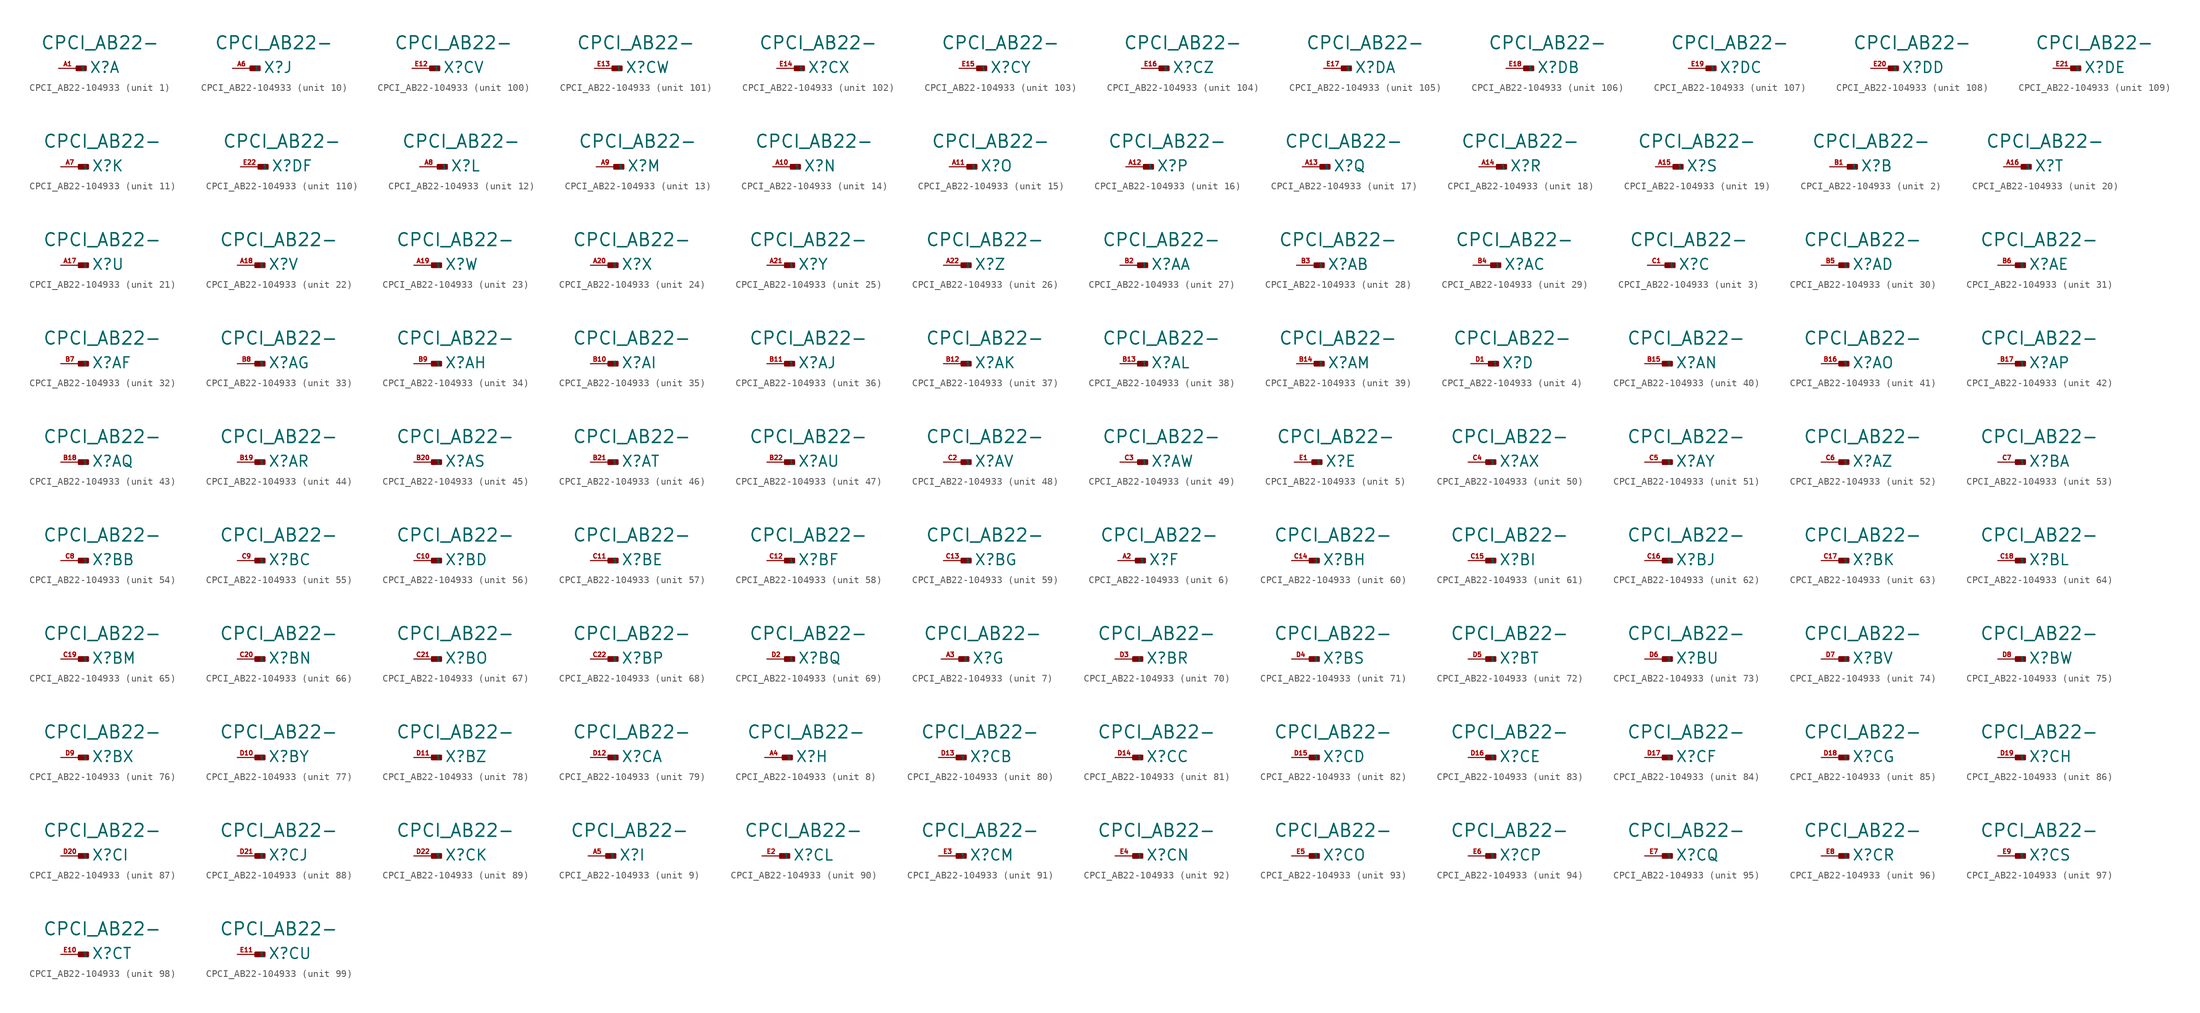
<source format=kicad_sym>
(kicad_symbol_lib
  (version 20220914)
  (generator Eagle2Kicad)
  (symbol "CPCI_AB22-104933"
    (property "Reference" "X"
      (at 1.778 -0.762 0)
      (effects (font (size 1.524 1.524) (thickness 0.19)) (justify left bottom)))
    (property "Value" "CPCI_AB22-"
      (at -5.08 2.54 0)
      (effects (font (size 1.778 1.778) (thickness 0.22)) (justify left bottom)))
    (symbol "CPCI_AB22-104933_1_0"
      (rectangle (start 0 -0.254) (end 1.27 0.254) (stroke (width 0.3) (type default)) (fill (type outline)))
      (pin input line (at -2.54 0 0) (length 2.54) (name "1" (effects (font (size 0.635 0.635) (thickness 0.08)) (justify left bottom))) (number "A1" (effects (font (size 0.635 0.635) (thickness 0.08)) (justify left bottom)))))
    (symbol "CPCI_AB22-104933_2_0"
      (rectangle (start 0 -0.254) (end 1.27 0.254) (stroke (width 0.3) (type default)) (fill (type outline)))
      (pin input line (at -2.54 0 0) (length 2.54) (name "1" (effects (font (size 0.635 0.635) (thickness 0.08)) (justify left bottom))) (number "B1" (effects (font (size 0.635 0.635) (thickness 0.08)) (justify left bottom)))))
    (symbol "CPCI_AB22-104933_3_0"
      (rectangle (start 0 -0.254) (end 1.27 0.254) (stroke (width 0.3) (type default)) (fill (type outline)))
      (pin input line (at -2.54 0 0) (length 2.54) (name "1" (effects (font (size 0.635 0.635) (thickness 0.08)) (justify left bottom))) (number "C1" (effects (font (size 0.635 0.635) (thickness 0.08)) (justify left bottom)))))
    (symbol "CPCI_AB22-104933_4_0"
      (rectangle (start 0 -0.254) (end 1.27 0.254) (stroke (width 0.3) (type default)) (fill (type outline)))
      (pin input line (at -2.54 0 0) (length 2.54) (name "1" (effects (font (size 0.635 0.635) (thickness 0.08)) (justify left bottom))) (number "D1" (effects (font (size 0.635 0.635) (thickness 0.08)) (justify left bottom)))))
    (symbol "CPCI_AB22-104933_5_0"
      (rectangle (start 0 -0.254) (end 1.27 0.254) (stroke (width 0.3) (type default)) (fill (type outline)))
      (pin input line (at -2.54 0 0) (length 2.54) (name "1" (effects (font (size 0.635 0.635) (thickness 0.08)) (justify left bottom))) (number "E1" (effects (font (size 0.635 0.635) (thickness 0.08)) (justify left bottom)))))
    (symbol "CPCI_AB22-104933_6_0"
      (rectangle (start 0 -0.254) (end 1.27 0.254) (stroke (width 0.3) (type default)) (fill (type outline)))
      (pin input line (at -2.54 0 0) (length 2.54) (name "1" (effects (font (size 0.635 0.635) (thickness 0.08)) (justify left bottom))) (number "A2" (effects (font (size 0.635 0.635) (thickness 0.08)) (justify left bottom)))))
    (symbol "CPCI_AB22-104933_7_0"
      (rectangle (start 0 -0.254) (end 1.27 0.254) (stroke (width 0.3) (type default)) (fill (type outline)))
      (pin input line (at -2.54 0 0) (length 2.54) (name "1" (effects (font (size 0.635 0.635) (thickness 0.08)) (justify left bottom))) (number "A3" (effects (font (size 0.635 0.635) (thickness 0.08)) (justify left bottom)))))
    (symbol "CPCI_AB22-104933_8_0"
      (rectangle (start 0 -0.254) (end 1.27 0.254) (stroke (width 0.3) (type default)) (fill (type outline)))
      (pin input line (at -2.54 0 0) (length 2.54) (name "1" (effects (font (size 0.635 0.635) (thickness 0.08)) (justify left bottom))) (number "A4" (effects (font (size 0.635 0.635) (thickness 0.08)) (justify left bottom)))))
    (symbol "CPCI_AB22-104933_9_0"
      (rectangle (start 0 -0.254) (end 1.27 0.254) (stroke (width 0.3) (type default)) (fill (type outline)))
      (pin input line (at -2.54 0 0) (length 2.54) (name "1" (effects (font (size 0.635 0.635) (thickness 0.08)) (justify left bottom))) (number "A5" (effects (font (size 0.635 0.635) (thickness 0.08)) (justify left bottom)))))
    (symbol "CPCI_AB22-104933_10_0"
      (rectangle (start 0 -0.254) (end 1.27 0.254) (stroke (width 0.3) (type default)) (fill (type outline)))
      (pin input line (at -2.54 0 0) (length 2.54) (name "1" (effects (font (size 0.635 0.635) (thickness 0.08)) (justify left bottom))) (number "A6" (effects (font (size 0.635 0.635) (thickness 0.08)) (justify left bottom)))))
    (symbol "CPCI_AB22-104933_11_0"
      (rectangle (start 0 -0.254) (end 1.27 0.254) (stroke (width 0.3) (type default)) (fill (type outline)))
      (pin input line (at -2.54 0 0) (length 2.54) (name "1" (effects (font (size 0.635 0.635) (thickness 0.08)) (justify left bottom))) (number "A7" (effects (font (size 0.635 0.635) (thickness 0.08)) (justify left bottom)))))
    (symbol "CPCI_AB22-104933_12_0"
      (rectangle (start 0 -0.254) (end 1.27 0.254) (stroke (width 0.3) (type default)) (fill (type outline)))
      (pin input line (at -2.54 0 0) (length 2.54) (name "1" (effects (font (size 0.635 0.635) (thickness 0.08)) (justify left bottom))) (number "A8" (effects (font (size 0.635 0.635) (thickness 0.08)) (justify left bottom)))))
    (symbol "CPCI_AB22-104933_13_0"
      (rectangle (start 0 -0.254) (end 1.27 0.254) (stroke (width 0.3) (type default)) (fill (type outline)))
      (pin input line (at -2.54 0 0) (length 2.54) (name "1" (effects (font (size 0.635 0.635) (thickness 0.08)) (justify left bottom))) (number "A9" (effects (font (size 0.635 0.635) (thickness 0.08)) (justify left bottom)))))
    (symbol "CPCI_AB22-104933_14_0"
      (rectangle (start 0 -0.254) (end 1.27 0.254) (stroke (width 0.3) (type default)) (fill (type outline)))
      (pin input line (at -2.54 0 0) (length 2.54) (name "1" (effects (font (size 0.635 0.635) (thickness 0.08)) (justify left bottom))) (number "A10" (effects (font (size 0.635 0.635) (thickness 0.08)) (justify left bottom)))))
    (symbol "CPCI_AB22-104933_15_0"
      (rectangle (start 0 -0.254) (end 1.27 0.254) (stroke (width 0.3) (type default)) (fill (type outline)))
      (pin input line (at -2.54 0 0) (length 2.54) (name "1" (effects (font (size 0.635 0.635) (thickness 0.08)) (justify left bottom))) (number "A11" (effects (font (size 0.635 0.635) (thickness 0.08)) (justify left bottom)))))
    (symbol "CPCI_AB22-104933_16_0"
      (rectangle (start 0 -0.254) (end 1.27 0.254) (stroke (width 0.3) (type default)) (fill (type outline)))
      (pin input line (at -2.54 0 0) (length 2.54) (name "1" (effects (font (size 0.635 0.635) (thickness 0.08)) (justify left bottom))) (number "A12" (effects (font (size 0.635 0.635) (thickness 0.08)) (justify left bottom)))))
    (symbol "CPCI_AB22-104933_17_0"
      (rectangle (start 0 -0.254) (end 1.27 0.254) (stroke (width 0.3) (type default)) (fill (type outline)))
      (pin input line (at -2.54 0 0) (length 2.54) (name "1" (effects (font (size 0.635 0.635) (thickness 0.08)) (justify left bottom))) (number "A13" (effects (font (size 0.635 0.635) (thickness 0.08)) (justify left bottom)))))
    (symbol "CPCI_AB22-104933_18_0"
      (rectangle (start 0 -0.254) (end 1.27 0.254) (stroke (width 0.3) (type default)) (fill (type outline)))
      (pin input line (at -2.54 0 0) (length 2.54) (name "1" (effects (font (size 0.635 0.635) (thickness 0.08)) (justify left bottom))) (number "A14" (effects (font (size 0.635 0.635) (thickness 0.08)) (justify left bottom)))))
    (symbol "CPCI_AB22-104933_19_0"
      (rectangle (start 0 -0.254) (end 1.27 0.254) (stroke (width 0.3) (type default)) (fill (type outline)))
      (pin input line (at -2.54 0 0) (length 2.54) (name "1" (effects (font (size 0.635 0.635) (thickness 0.08)) (justify left bottom))) (number "A15" (effects (font (size 0.635 0.635) (thickness 0.08)) (justify left bottom)))))
    (symbol "CPCI_AB22-104933_20_0"
      (rectangle (start 0 -0.254) (end 1.27 0.254) (stroke (width 0.3) (type default)) (fill (type outline)))
      (pin input line (at -2.54 0 0) (length 2.54) (name "1" (effects (font (size 0.635 0.635) (thickness 0.08)) (justify left bottom))) (number "A16" (effects (font (size 0.635 0.635) (thickness 0.08)) (justify left bottom)))))
    (symbol "CPCI_AB22-104933_21_0"
      (rectangle (start 0 -0.254) (end 1.27 0.254) (stroke (width 0.3) (type default)) (fill (type outline)))
      (pin input line (at -2.54 0 0) (length 2.54) (name "1" (effects (font (size 0.635 0.635) (thickness 0.08)) (justify left bottom))) (number "A17" (effects (font (size 0.635 0.635) (thickness 0.08)) (justify left bottom)))))
    (symbol "CPCI_AB22-104933_22_0"
      (rectangle (start 0 -0.254) (end 1.27 0.254) (stroke (width 0.3) (type default)) (fill (type outline)))
      (pin input line (at -2.54 0 0) (length 2.54) (name "1" (effects (font (size 0.635 0.635) (thickness 0.08)) (justify left bottom))) (number "A18" (effects (font (size 0.635 0.635) (thickness 0.08)) (justify left bottom)))))
    (symbol "CPCI_AB22-104933_23_0"
      (rectangle (start 0 -0.254) (end 1.27 0.254) (stroke (width 0.3) (type default)) (fill (type outline)))
      (pin input line (at -2.54 0 0) (length 2.54) (name "1" (effects (font (size 0.635 0.635) (thickness 0.08)) (justify left bottom))) (number "A19" (effects (font (size 0.635 0.635) (thickness 0.08)) (justify left bottom)))))
    (symbol "CPCI_AB22-104933_24_0"
      (rectangle (start 0 -0.254) (end 1.27 0.254) (stroke (width 0.3) (type default)) (fill (type outline)))
      (pin input line (at -2.54 0 0) (length 2.54) (name "1" (effects (font (size 0.635 0.635) (thickness 0.08)) (justify left bottom))) (number "A20" (effects (font (size 0.635 0.635) (thickness 0.08)) (justify left bottom)))))
    (symbol "CPCI_AB22-104933_25_0"
      (rectangle (start 0 -0.254) (end 1.27 0.254) (stroke (width 0.3) (type default)) (fill (type outline)))
      (pin input line (at -2.54 0 0) (length 2.54) (name "1" (effects (font (size 0.635 0.635) (thickness 0.08)) (justify left bottom))) (number "A21" (effects (font (size 0.635 0.635) (thickness 0.08)) (justify left bottom)))))
    (symbol "CPCI_AB22-104933_26_0"
      (rectangle (start 0 -0.254) (end 1.27 0.254) (stroke (width 0.3) (type default)) (fill (type outline)))
      (pin input line (at -2.54 0 0) (length 2.54) (name "1" (effects (font (size 0.635 0.635) (thickness 0.08)) (justify left bottom))) (number "A22" (effects (font (size 0.635 0.635) (thickness 0.08)) (justify left bottom)))))
    (symbol "CPCI_AB22-104933_27_0"
      (rectangle (start 0 -0.254) (end 1.27 0.254) (stroke (width 0.3) (type default)) (fill (type outline)))
      (pin input line (at -2.54 0 0) (length 2.54) (name "1" (effects (font (size 0.635 0.635) (thickness 0.08)) (justify left bottom))) (number "B2" (effects (font (size 0.635 0.635) (thickness 0.08)) (justify left bottom)))))
    (symbol "CPCI_AB22-104933_28_0"
      (rectangle (start 0 -0.254) (end 1.27 0.254) (stroke (width 0.3) (type default)) (fill (type outline)))
      (pin input line (at -2.54 0 0) (length 2.54) (name "1" (effects (font (size 0.635 0.635) (thickness 0.08)) (justify left bottom))) (number "B3" (effects (font (size 0.635 0.635) (thickness 0.08)) (justify left bottom)))))
    (symbol "CPCI_AB22-104933_29_0"
      (rectangle (start 0 -0.254) (end 1.27 0.254) (stroke (width 0.3) (type default)) (fill (type outline)))
      (pin input line (at -2.54 0 0) (length 2.54) (name "1" (effects (font (size 0.635 0.635) (thickness 0.08)) (justify left bottom))) (number "B4" (effects (font (size 0.635 0.635) (thickness 0.08)) (justify left bottom)))))
    (symbol "CPCI_AB22-104933_30_0"
      (rectangle (start 0 -0.254) (end 1.27 0.254) (stroke (width 0.3) (type default)) (fill (type outline)))
      (pin input line (at -2.54 0 0) (length 2.54) (name "1" (effects (font (size 0.635 0.635) (thickness 0.08)) (justify left bottom))) (number "B5" (effects (font (size 0.635 0.635) (thickness 0.08)) (justify left bottom)))))
    (symbol "CPCI_AB22-104933_31_0"
      (rectangle (start 0 -0.254) (end 1.27 0.254) (stroke (width 0.3) (type default)) (fill (type outline)))
      (pin input line (at -2.54 0 0) (length 2.54) (name "1" (effects (font (size 0.635 0.635) (thickness 0.08)) (justify left bottom))) (number "B6" (effects (font (size 0.635 0.635) (thickness 0.08)) (justify left bottom)))))
    (symbol "CPCI_AB22-104933_32_0"
      (rectangle (start 0 -0.254) (end 1.27 0.254) (stroke (width 0.3) (type default)) (fill (type outline)))
      (pin input line (at -2.54 0 0) (length 2.54) (name "1" (effects (font (size 0.635 0.635) (thickness 0.08)) (justify left bottom))) (number "B7" (effects (font (size 0.635 0.635) (thickness 0.08)) (justify left bottom)))))
    (symbol "CPCI_AB22-104933_33_0"
      (rectangle (start 0 -0.254) (end 1.27 0.254) (stroke (width 0.3) (type default)) (fill (type outline)))
      (pin input line (at -2.54 0 0) (length 2.54) (name "1" (effects (font (size 0.635 0.635) (thickness 0.08)) (justify left bottom))) (number "B8" (effects (font (size 0.635 0.635) (thickness 0.08)) (justify left bottom)))))
    (symbol "CPCI_AB22-104933_34_0"
      (rectangle (start 0 -0.254) (end 1.27 0.254) (stroke (width 0.3) (type default)) (fill (type outline)))
      (pin input line (at -2.54 0 0) (length 2.54) (name "1" (effects (font (size 0.635 0.635) (thickness 0.08)) (justify left bottom))) (number "B9" (effects (font (size 0.635 0.635) (thickness 0.08)) (justify left bottom)))))
    (symbol "CPCI_AB22-104933_35_0"
      (rectangle (start 0 -0.254) (end 1.27 0.254) (stroke (width 0.3) (type default)) (fill (type outline)))
      (pin input line (at -2.54 0 0) (length 2.54) (name "1" (effects (font (size 0.635 0.635) (thickness 0.08)) (justify left bottom))) (number "B10" (effects (font (size 0.635 0.635) (thickness 0.08)) (justify left bottom)))))
    (symbol "CPCI_AB22-104933_36_0"
      (rectangle (start 0 -0.254) (end 1.27 0.254) (stroke (width 0.3) (type default)) (fill (type outline)))
      (pin input line (at -2.54 0 0) (length 2.54) (name "1" (effects (font (size 0.635 0.635) (thickness 0.08)) (justify left bottom))) (number "B11" (effects (font (size 0.635 0.635) (thickness 0.08)) (justify left bottom)))))
    (symbol "CPCI_AB22-104933_37_0"
      (rectangle (start 0 -0.254) (end 1.27 0.254) (stroke (width 0.3) (type default)) (fill (type outline)))
      (pin input line (at -2.54 0 0) (length 2.54) (name "1" (effects (font (size 0.635 0.635) (thickness 0.08)) (justify left bottom))) (number "B12" (effects (font (size 0.635 0.635) (thickness 0.08)) (justify left bottom)))))
    (symbol "CPCI_AB22-104933_38_0"
      (rectangle (start 0 -0.254) (end 1.27 0.254) (stroke (width 0.3) (type default)) (fill (type outline)))
      (pin input line (at -2.54 0 0) (length 2.54) (name "1" (effects (font (size 0.635 0.635) (thickness 0.08)) (justify left bottom))) (number "B13" (effects (font (size 0.635 0.635) (thickness 0.08)) (justify left bottom)))))
    (symbol "CPCI_AB22-104933_39_0"
      (rectangle (start 0 -0.254) (end 1.27 0.254) (stroke (width 0.3) (type default)) (fill (type outline)))
      (pin input line (at -2.54 0 0) (length 2.54) (name "1" (effects (font (size 0.635 0.635) (thickness 0.08)) (justify left bottom))) (number "B14" (effects (font (size 0.635 0.635) (thickness 0.08)) (justify left bottom)))))
    (symbol "CPCI_AB22-104933_40_0"
      (rectangle (start 0 -0.254) (end 1.27 0.254) (stroke (width 0.3) (type default)) (fill (type outline)))
      (pin input line (at -2.54 0 0) (length 2.54) (name "1" (effects (font (size 0.635 0.635) (thickness 0.08)) (justify left bottom))) (number "B15" (effects (font (size 0.635 0.635) (thickness 0.08)) (justify left bottom)))))
    (symbol "CPCI_AB22-104933_41_0"
      (rectangle (start 0 -0.254) (end 1.27 0.254) (stroke (width 0.3) (type default)) (fill (type outline)))
      (pin input line (at -2.54 0 0) (length 2.54) (name "1" (effects (font (size 0.635 0.635) (thickness 0.08)) (justify left bottom))) (number "B16" (effects (font (size 0.635 0.635) (thickness 0.08)) (justify left bottom)))))
    (symbol "CPCI_AB22-104933_42_0"
      (rectangle (start 0 -0.254) (end 1.27 0.254) (stroke (width 0.3) (type default)) (fill (type outline)))
      (pin input line (at -2.54 0 0) (length 2.54) (name "1" (effects (font (size 0.635 0.635) (thickness 0.08)) (justify left bottom))) (number "B17" (effects (font (size 0.635 0.635) (thickness 0.08)) (justify left bottom)))))
    (symbol "CPCI_AB22-104933_43_0"
      (rectangle (start 0 -0.254) (end 1.27 0.254) (stroke (width 0.3) (type default)) (fill (type outline)))
      (pin input line (at -2.54 0 0) (length 2.54) (name "1" (effects (font (size 0.635 0.635) (thickness 0.08)) (justify left bottom))) (number "B18" (effects (font (size 0.635 0.635) (thickness 0.08)) (justify left bottom)))))
    (symbol "CPCI_AB22-104933_44_0"
      (rectangle (start 0 -0.254) (end 1.27 0.254) (stroke (width 0.3) (type default)) (fill (type outline)))
      (pin input line (at -2.54 0 0) (length 2.54) (name "1" (effects (font (size 0.635 0.635) (thickness 0.08)) (justify left bottom))) (number "B19" (effects (font (size 0.635 0.635) (thickness 0.08)) (justify left bottom)))))
    (symbol "CPCI_AB22-104933_45_0"
      (rectangle (start 0 -0.254) (end 1.27 0.254) (stroke (width 0.3) (type default)) (fill (type outline)))
      (pin input line (at -2.54 0 0) (length 2.54) (name "1" (effects (font (size 0.635 0.635) (thickness 0.08)) (justify left bottom))) (number "B20" (effects (font (size 0.635 0.635) (thickness 0.08)) (justify left bottom)))))
    (symbol "CPCI_AB22-104933_46_0"
      (rectangle (start 0 -0.254) (end 1.27 0.254) (stroke (width 0.3) (type default)) (fill (type outline)))
      (pin input line (at -2.54 0 0) (length 2.54) (name "1" (effects (font (size 0.635 0.635) (thickness 0.08)) (justify left bottom))) (number "B21" (effects (font (size 0.635 0.635) (thickness 0.08)) (justify left bottom)))))
    (symbol "CPCI_AB22-104933_47_0"
      (rectangle (start 0 -0.254) (end 1.27 0.254) (stroke (width 0.3) (type default)) (fill (type outline)))
      (pin input line (at -2.54 0 0) (length 2.54) (name "1" (effects (font (size 0.635 0.635) (thickness 0.08)) (justify left bottom))) (number "B22" (effects (font (size 0.635 0.635) (thickness 0.08)) (justify left bottom)))))
    (symbol "CPCI_AB22-104933_48_0"
      (rectangle (start 0 -0.254) (end 1.27 0.254) (stroke (width 0.3) (type default)) (fill (type outline)))
      (pin input line (at -2.54 0 0) (length 2.54) (name "1" (effects (font (size 0.635 0.635) (thickness 0.08)) (justify left bottom))) (number "C2" (effects (font (size 0.635 0.635) (thickness 0.08)) (justify left bottom)))))
    (symbol "CPCI_AB22-104933_49_0"
      (rectangle (start 0 -0.254) (end 1.27 0.254) (stroke (width 0.3) (type default)) (fill (type outline)))
      (pin input line (at -2.54 0 0) (length 2.54) (name "1" (effects (font (size 0.635 0.635) (thickness 0.08)) (justify left bottom))) (number "C3" (effects (font (size 0.635 0.635) (thickness 0.08)) (justify left bottom)))))
    (symbol "CPCI_AB22-104933_50_0"
      (rectangle (start 0 -0.254) (end 1.27 0.254) (stroke (width 0.3) (type default)) (fill (type outline)))
      (pin input line (at -2.54 0 0) (length 2.54) (name "1" (effects (font (size 0.635 0.635) (thickness 0.08)) (justify left bottom))) (number "C4" (effects (font (size 0.635 0.635) (thickness 0.08)) (justify left bottom)))))
    (symbol "CPCI_AB22-104933_51_0"
      (rectangle (start 0 -0.254) (end 1.27 0.254) (stroke (width 0.3) (type default)) (fill (type outline)))
      (pin input line (at -2.54 0 0) (length 2.54) (name "1" (effects (font (size 0.635 0.635) (thickness 0.08)) (justify left bottom))) (number "C5" (effects (font (size 0.635 0.635) (thickness 0.08)) (justify left bottom)))))
    (symbol "CPCI_AB22-104933_52_0"
      (rectangle (start 0 -0.254) (end 1.27 0.254) (stroke (width 0.3) (type default)) (fill (type outline)))
      (pin input line (at -2.54 0 0) (length 2.54) (name "1" (effects (font (size 0.635 0.635) (thickness 0.08)) (justify left bottom))) (number "C6" (effects (font (size 0.635 0.635) (thickness 0.08)) (justify left bottom)))))
    (symbol "CPCI_AB22-104933_53_0"
      (rectangle (start 0 -0.254) (end 1.27 0.254) (stroke (width 0.3) (type default)) (fill (type outline)))
      (pin input line (at -2.54 0 0) (length 2.54) (name "1" (effects (font (size 0.635 0.635) (thickness 0.08)) (justify left bottom))) (number "C7" (effects (font (size 0.635 0.635) (thickness 0.08)) (justify left bottom)))))
    (symbol "CPCI_AB22-104933_54_0"
      (rectangle (start 0 -0.254) (end 1.27 0.254) (stroke (width 0.3) (type default)) (fill (type outline)))
      (pin input line (at -2.54 0 0) (length 2.54) (name "1" (effects (font (size 0.635 0.635) (thickness 0.08)) (justify left bottom))) (number "C8" (effects (font (size 0.635 0.635) (thickness 0.08)) (justify left bottom)))))
    (symbol "CPCI_AB22-104933_55_0"
      (rectangle (start 0 -0.254) (end 1.27 0.254) (stroke (width 0.3) (type default)) (fill (type outline)))
      (pin input line (at -2.54 0 0) (length 2.54) (name "1" (effects (font (size 0.635 0.635) (thickness 0.08)) (justify left bottom))) (number "C9" (effects (font (size 0.635 0.635) (thickness 0.08)) (justify left bottom)))))
    (symbol "CPCI_AB22-104933_56_0"
      (rectangle (start 0 -0.254) (end 1.27 0.254) (stroke (width 0.3) (type default)) (fill (type outline)))
      (pin input line (at -2.54 0 0) (length 2.54) (name "1" (effects (font (size 0.635 0.635) (thickness 0.08)) (justify left bottom))) (number "C10" (effects (font (size 0.635 0.635) (thickness 0.08)) (justify left bottom)))))
    (symbol "CPCI_AB22-104933_57_0"
      (rectangle (start 0 -0.254) (end 1.27 0.254) (stroke (width 0.3) (type default)) (fill (type outline)))
      (pin input line (at -2.54 0 0) (length 2.54) (name "1" (effects (font (size 0.635 0.635) (thickness 0.08)) (justify left bottom))) (number "C11" (effects (font (size 0.635 0.635) (thickness 0.08)) (justify left bottom)))))
    (symbol "CPCI_AB22-104933_58_0"
      (rectangle (start 0 -0.254) (end 1.27 0.254) (stroke (width 0.3) (type default)) (fill (type outline)))
      (pin input line (at -2.54 0 0) (length 2.54) (name "1" (effects (font (size 0.635 0.635) (thickness 0.08)) (justify left bottom))) (number "C12" (effects (font (size 0.635 0.635) (thickness 0.08)) (justify left bottom)))))
    (symbol "CPCI_AB22-104933_59_0"
      (rectangle (start 0 -0.254) (end 1.27 0.254) (stroke (width 0.3) (type default)) (fill (type outline)))
      (pin input line (at -2.54 0 0) (length 2.54) (name "1" (effects (font (size 0.635 0.635) (thickness 0.08)) (justify left bottom))) (number "C13" (effects (font (size 0.635 0.635) (thickness 0.08)) (justify left bottom)))))
    (symbol "CPCI_AB22-104933_60_0"
      (rectangle (start 0 -0.254) (end 1.27 0.254) (stroke (width 0.3) (type default)) (fill (type outline)))
      (pin input line (at -2.54 0 0) (length 2.54) (name "1" (effects (font (size 0.635 0.635) (thickness 0.08)) (justify left bottom))) (number "C14" (effects (font (size 0.635 0.635) (thickness 0.08)) (justify left bottom)))))
    (symbol "CPCI_AB22-104933_61_0"
      (rectangle (start 0 -0.254) (end 1.27 0.254) (stroke (width 0.3) (type default)) (fill (type outline)))
      (pin input line (at -2.54 0 0) (length 2.54) (name "1" (effects (font (size 0.635 0.635) (thickness 0.08)) (justify left bottom))) (number "C15" (effects (font (size 0.635 0.635) (thickness 0.08)) (justify left bottom)))))
    (symbol "CPCI_AB22-104933_62_0"
      (rectangle (start 0 -0.254) (end 1.27 0.254) (stroke (width 0.3) (type default)) (fill (type outline)))
      (pin input line (at -2.54 0 0) (length 2.54) (name "1" (effects (font (size 0.635 0.635) (thickness 0.08)) (justify left bottom))) (number "C16" (effects (font (size 0.635 0.635) (thickness 0.08)) (justify left bottom)))))
    (symbol "CPCI_AB22-104933_63_0"
      (rectangle (start 0 -0.254) (end 1.27 0.254) (stroke (width 0.3) (type default)) (fill (type outline)))
      (pin input line (at -2.54 0 0) (length 2.54) (name "1" (effects (font (size 0.635 0.635) (thickness 0.08)) (justify left bottom))) (number "C17" (effects (font (size 0.635 0.635) (thickness 0.08)) (justify left bottom)))))
    (symbol "CPCI_AB22-104933_64_0"
      (rectangle (start 0 -0.254) (end 1.27 0.254) (stroke (width 0.3) (type default)) (fill (type outline)))
      (pin input line (at -2.54 0 0) (length 2.54) (name "1" (effects (font (size 0.635 0.635) (thickness 0.08)) (justify left bottom))) (number "C18" (effects (font (size 0.635 0.635) (thickness 0.08)) (justify left bottom)))))
    (symbol "CPCI_AB22-104933_65_0"
      (rectangle (start 0 -0.254) (end 1.27 0.254) (stroke (width 0.3) (type default)) (fill (type outline)))
      (pin input line (at -2.54 0 0) (length 2.54) (name "1" (effects (font (size 0.635 0.635) (thickness 0.08)) (justify left bottom))) (number "C19" (effects (font (size 0.635 0.635) (thickness 0.08)) (justify left bottom)))))
    (symbol "CPCI_AB22-104933_66_0"
      (rectangle (start 0 -0.254) (end 1.27 0.254) (stroke (width 0.3) (type default)) (fill (type outline)))
      (pin input line (at -2.54 0 0) (length 2.54) (name "1" (effects (font (size 0.635 0.635) (thickness 0.08)) (justify left bottom))) (number "C20" (effects (font (size 0.635 0.635) (thickness 0.08)) (justify left bottom)))))
    (symbol "CPCI_AB22-104933_67_0"
      (rectangle (start 0 -0.254) (end 1.27 0.254) (stroke (width 0.3) (type default)) (fill (type outline)))
      (pin input line (at -2.54 0 0) (length 2.54) (name "1" (effects (font (size 0.635 0.635) (thickness 0.08)) (justify left bottom))) (number "C21" (effects (font (size 0.635 0.635) (thickness 0.08)) (justify left bottom)))))
    (symbol "CPCI_AB22-104933_68_0"
      (rectangle (start 0 -0.254) (end 1.27 0.254) (stroke (width 0.3) (type default)) (fill (type outline)))
      (pin input line (at -2.54 0 0) (length 2.54) (name "1" (effects (font (size 0.635 0.635) (thickness 0.08)) (justify left bottom))) (number "C22" (effects (font (size 0.635 0.635) (thickness 0.08)) (justify left bottom)))))
    (symbol "CPCI_AB22-104933_69_0"
      (rectangle (start 0 -0.254) (end 1.27 0.254) (stroke (width 0.3) (type default)) (fill (type outline)))
      (pin input line (at -2.54 0 0) (length 2.54) (name "1" (effects (font (size 0.635 0.635) (thickness 0.08)) (justify left bottom))) (number "D2" (effects (font (size 0.635 0.635) (thickness 0.08)) (justify left bottom)))))
    (symbol "CPCI_AB22-104933_70_0"
      (rectangle (start 0 -0.254) (end 1.27 0.254) (stroke (width 0.3) (type default)) (fill (type outline)))
      (pin input line (at -2.54 0 0) (length 2.54) (name "1" (effects (font (size 0.635 0.635) (thickness 0.08)) (justify left bottom))) (number "D3" (effects (font (size 0.635 0.635) (thickness 0.08)) (justify left bottom)))))
    (symbol "CPCI_AB22-104933_71_0"
      (rectangle (start 0 -0.254) (end 1.27 0.254) (stroke (width 0.3) (type default)) (fill (type outline)))
      (pin input line (at -2.54 0 0) (length 2.54) (name "1" (effects (font (size 0.635 0.635) (thickness 0.08)) (justify left bottom))) (number "D4" (effects (font (size 0.635 0.635) (thickness 0.08)) (justify left bottom)))))
    (symbol "CPCI_AB22-104933_72_0"
      (rectangle (start 0 -0.254) (end 1.27 0.254) (stroke (width 0.3) (type default)) (fill (type outline)))
      (pin input line (at -2.54 0 0) (length 2.54) (name "1" (effects (font (size 0.635 0.635) (thickness 0.08)) (justify left bottom))) (number "D5" (effects (font (size 0.635 0.635) (thickness 0.08)) (justify left bottom)))))
    (symbol "CPCI_AB22-104933_73_0"
      (rectangle (start 0 -0.254) (end 1.27 0.254) (stroke (width 0.3) (type default)) (fill (type outline)))
      (pin input line (at -2.54 0 0) (length 2.54) (name "1" (effects (font (size 0.635 0.635) (thickness 0.08)) (justify left bottom))) (number "D6" (effects (font (size 0.635 0.635) (thickness 0.08)) (justify left bottom)))))
    (symbol "CPCI_AB22-104933_74_0"
      (rectangle (start 0 -0.254) (end 1.27 0.254) (stroke (width 0.3) (type default)) (fill (type outline)))
      (pin input line (at -2.54 0 0) (length 2.54) (name "1" (effects (font (size 0.635 0.635) (thickness 0.08)) (justify left bottom))) (number "D7" (effects (font (size 0.635 0.635) (thickness 0.08)) (justify left bottom)))))
    (symbol "CPCI_AB22-104933_75_0"
      (rectangle (start 0 -0.254) (end 1.27 0.254) (stroke (width 0.3) (type default)) (fill (type outline)))
      (pin input line (at -2.54 0 0) (length 2.54) (name "1" (effects (font (size 0.635 0.635) (thickness 0.08)) (justify left bottom))) (number "D8" (effects (font (size 0.635 0.635) (thickness 0.08)) (justify left bottom)))))
    (symbol "CPCI_AB22-104933_76_0"
      (rectangle (start 0 -0.254) (end 1.27 0.254) (stroke (width 0.3) (type default)) (fill (type outline)))
      (pin input line (at -2.54 0 0) (length 2.54) (name "1" (effects (font (size 0.635 0.635) (thickness 0.08)) (justify left bottom))) (number "D9" (effects (font (size 0.635 0.635) (thickness 0.08)) (justify left bottom)))))
    (symbol "CPCI_AB22-104933_77_0"
      (rectangle (start 0 -0.254) (end 1.27 0.254) (stroke (width 0.3) (type default)) (fill (type outline)))
      (pin input line (at -2.54 0 0) (length 2.54) (name "1" (effects (font (size 0.635 0.635) (thickness 0.08)) (justify left bottom))) (number "D10" (effects (font (size 0.635 0.635) (thickness 0.08)) (justify left bottom)))))
    (symbol "CPCI_AB22-104933_78_0"
      (rectangle (start 0 -0.254) (end 1.27 0.254) (stroke (width 0.3) (type default)) (fill (type outline)))
      (pin input line (at -2.54 0 0) (length 2.54) (name "1" (effects (font (size 0.635 0.635) (thickness 0.08)) (justify left bottom))) (number "D11" (effects (font (size 0.635 0.635) (thickness 0.08)) (justify left bottom)))))
    (symbol "CPCI_AB22-104933_79_0"
      (rectangle (start 0 -0.254) (end 1.27 0.254) (stroke (width 0.3) (type default)) (fill (type outline)))
      (pin input line (at -2.54 0 0) (length 2.54) (name "1" (effects (font (size 0.635 0.635) (thickness 0.08)) (justify left bottom))) (number "D12" (effects (font (size 0.635 0.635) (thickness 0.08)) (justify left bottom)))))
    (symbol "CPCI_AB22-104933_80_0"
      (rectangle (start 0 -0.254) (end 1.27 0.254) (stroke (width 0.3) (type default)) (fill (type outline)))
      (pin input line (at -2.54 0 0) (length 2.54) (name "1" (effects (font (size 0.635 0.635) (thickness 0.08)) (justify left bottom))) (number "D13" (effects (font (size 0.635 0.635) (thickness 0.08)) (justify left bottom)))))
    (symbol "CPCI_AB22-104933_81_0"
      (rectangle (start 0 -0.254) (end 1.27 0.254) (stroke (width 0.3) (type default)) (fill (type outline)))
      (pin input line (at -2.54 0 0) (length 2.54) (name "1" (effects (font (size 0.635 0.635) (thickness 0.08)) (justify left bottom))) (number "D14" (effects (font (size 0.635 0.635) (thickness 0.08)) (justify left bottom)))))
    (symbol "CPCI_AB22-104933_82_0"
      (rectangle (start 0 -0.254) (end 1.27 0.254) (stroke (width 0.3) (type default)) (fill (type outline)))
      (pin input line (at -2.54 0 0) (length 2.54) (name "1" (effects (font (size 0.635 0.635) (thickness 0.08)) (justify left bottom))) (number "D15" (effects (font (size 0.635 0.635) (thickness 0.08)) (justify left bottom)))))
    (symbol "CPCI_AB22-104933_83_0"
      (rectangle (start 0 -0.254) (end 1.27 0.254) (stroke (width 0.3) (type default)) (fill (type outline)))
      (pin input line (at -2.54 0 0) (length 2.54) (name "1" (effects (font (size 0.635 0.635) (thickness 0.08)) (justify left bottom))) (number "D16" (effects (font (size 0.635 0.635) (thickness 0.08)) (justify left bottom)))))
    (symbol "CPCI_AB22-104933_84_0"
      (rectangle (start 0 -0.254) (end 1.27 0.254) (stroke (width 0.3) (type default)) (fill (type outline)))
      (pin input line (at -2.54 0 0) (length 2.54) (name "1" (effects (font (size 0.635 0.635) (thickness 0.08)) (justify left bottom))) (number "D17" (effects (font (size 0.635 0.635) (thickness 0.08)) (justify left bottom)))))
    (symbol "CPCI_AB22-104933_85_0"
      (rectangle (start 0 -0.254) (end 1.27 0.254) (stroke (width 0.3) (type default)) (fill (type outline)))
      (pin input line (at -2.54 0 0) (length 2.54) (name "1" (effects (font (size 0.635 0.635) (thickness 0.08)) (justify left bottom))) (number "D18" (effects (font (size 0.635 0.635) (thickness 0.08)) (justify left bottom)))))
    (symbol "CPCI_AB22-104933_86_0"
      (rectangle (start 0 -0.254) (end 1.27 0.254) (stroke (width 0.3) (type default)) (fill (type outline)))
      (pin input line (at -2.54 0 0) (length 2.54) (name "1" (effects (font (size 0.635 0.635) (thickness 0.08)) (justify left bottom))) (number "D19" (effects (font (size 0.635 0.635) (thickness 0.08)) (justify left bottom)))))
    (symbol "CPCI_AB22-104933_87_0"
      (rectangle (start 0 -0.254) (end 1.27 0.254) (stroke (width 0.3) (type default)) (fill (type outline)))
      (pin input line (at -2.54 0 0) (length 2.54) (name "1" (effects (font (size 0.635 0.635) (thickness 0.08)) (justify left bottom))) (number "D20" (effects (font (size 0.635 0.635) (thickness 0.08)) (justify left bottom)))))
    (symbol "CPCI_AB22-104933_88_0"
      (rectangle (start 0 -0.254) (end 1.27 0.254) (stroke (width 0.3) (type default)) (fill (type outline)))
      (pin input line (at -2.54 0 0) (length 2.54) (name "1" (effects (font (size 0.635 0.635) (thickness 0.08)) (justify left bottom))) (number "D21" (effects (font (size 0.635 0.635) (thickness 0.08)) (justify left bottom)))))
    (symbol "CPCI_AB22-104933_89_0"
      (rectangle (start 0 -0.254) (end 1.27 0.254) (stroke (width 0.3) (type default)) (fill (type outline)))
      (pin input line (at -2.54 0 0) (length 2.54) (name "1" (effects (font (size 0.635 0.635) (thickness 0.08)) (justify left bottom))) (number "D22" (effects (font (size 0.635 0.635) (thickness 0.08)) (justify left bottom)))))
    (symbol "CPCI_AB22-104933_90_0"
      (rectangle (start 0 -0.254) (end 1.27 0.254) (stroke (width 0.3) (type default)) (fill (type outline)))
      (pin input line (at -2.54 0 0) (length 2.54) (name "1" (effects (font (size 0.635 0.635) (thickness 0.08)) (justify left bottom))) (number "E2" (effects (font (size 0.635 0.635) (thickness 0.08)) (justify left bottom)))))
    (symbol "CPCI_AB22-104933_91_0"
      (rectangle (start 0 -0.254) (end 1.27 0.254) (stroke (width 0.3) (type default)) (fill (type outline)))
      (pin input line (at -2.54 0 0) (length 2.54) (name "1" (effects (font (size 0.635 0.635) (thickness 0.08)) (justify left bottom))) (number "E3" (effects (font (size 0.635 0.635) (thickness 0.08)) (justify left bottom)))))
    (symbol "CPCI_AB22-104933_92_0"
      (rectangle (start 0 -0.254) (end 1.27 0.254) (stroke (width 0.3) (type default)) (fill (type outline)))
      (pin input line (at -2.54 0 0) (length 2.54) (name "1" (effects (font (size 0.635 0.635) (thickness 0.08)) (justify left bottom))) (number "E4" (effects (font (size 0.635 0.635) (thickness 0.08)) (justify left bottom)))))
    (symbol "CPCI_AB22-104933_93_0"
      (rectangle (start 0 -0.254) (end 1.27 0.254) (stroke (width 0.3) (type default)) (fill (type outline)))
      (pin input line (at -2.54 0 0) (length 2.54) (name "1" (effects (font (size 0.635 0.635) (thickness 0.08)) (justify left bottom))) (number "E5" (effects (font (size 0.635 0.635) (thickness 0.08)) (justify left bottom)))))
    (symbol "CPCI_AB22-104933_94_0"
      (rectangle (start 0 -0.254) (end 1.27 0.254) (stroke (width 0.3) (type default)) (fill (type outline)))
      (pin input line (at -2.54 0 0) (length 2.54) (name "1" (effects (font (size 0.635 0.635) (thickness 0.08)) (justify left bottom))) (number "E6" (effects (font (size 0.635 0.635) (thickness 0.08)) (justify left bottom)))))
    (symbol "CPCI_AB22-104933_95_0"
      (rectangle (start 0 -0.254) (end 1.27 0.254) (stroke (width 0.3) (type default)) (fill (type outline)))
      (pin input line (at -2.54 0 0) (length 2.54) (name "1" (effects (font (size 0.635 0.635) (thickness 0.08)) (justify left bottom))) (number "E7" (effects (font (size 0.635 0.635) (thickness 0.08)) (justify left bottom)))))
    (symbol "CPCI_AB22-104933_96_0"
      (rectangle (start 0 -0.254) (end 1.27 0.254) (stroke (width 0.3) (type default)) (fill (type outline)))
      (pin input line (at -2.54 0 0) (length 2.54) (name "1" (effects (font (size 0.635 0.635) (thickness 0.08)) (justify left bottom))) (number "E8" (effects (font (size 0.635 0.635) (thickness 0.08)) (justify left bottom)))))
    (symbol "CPCI_AB22-104933_97_0"
      (rectangle (start 0 -0.254) (end 1.27 0.254) (stroke (width 0.3) (type default)) (fill (type outline)))
      (pin input line (at -2.54 0 0) (length 2.54) (name "1" (effects (font (size 0.635 0.635) (thickness 0.08)) (justify left bottom))) (number "E9" (effects (font (size 0.635 0.635) (thickness 0.08)) (justify left bottom)))))
    (symbol "CPCI_AB22-104933_98_0"
      (rectangle (start 0 -0.254) (end 1.27 0.254) (stroke (width 0.3) (type default)) (fill (type outline)))
      (pin input line (at -2.54 0 0) (length 2.54) (name "1" (effects (font (size 0.635 0.635) (thickness 0.08)) (justify left bottom))) (number "E10" (effects (font (size 0.635 0.635) (thickness 0.08)) (justify left bottom)))))
    (symbol "CPCI_AB22-104933_99_0"
      (rectangle (start 0 -0.254) (end 1.27 0.254) (stroke (width 0.3) (type default)) (fill (type outline)))
      (pin input line (at -2.54 0 0) (length 2.54) (name "1" (effects (font (size 0.635 0.635) (thickness 0.08)) (justify left bottom))) (number "E11" (effects (font (size 0.635 0.635) (thickness 0.08)) (justify left bottom)))))
    (symbol "CPCI_AB22-104933_100_0"
      (rectangle (start 0 -0.254) (end 1.27 0.254) (stroke (width 0.3) (type default)) (fill (type outline)))
      (pin input line (at -2.54 0 0) (length 2.54) (name "1" (effects (font (size 0.635 0.635) (thickness 0.08)) (justify left bottom))) (number "E12" (effects (font (size 0.635 0.635) (thickness 0.08)) (justify left bottom)))))
    (symbol "CPCI_AB22-104933_101_0"
      (rectangle (start 0 -0.254) (end 1.27 0.254) (stroke (width 0.3) (type default)) (fill (type outline)))
      (pin input line (at -2.54 0 0) (length 2.54) (name "1" (effects (font (size 0.635 0.635) (thickness 0.08)) (justify left bottom))) (number "E13" (effects (font (size 0.635 0.635) (thickness 0.08)) (justify left bottom)))))
    (symbol "CPCI_AB22-104933_102_0"
      (rectangle (start 0 -0.254) (end 1.27 0.254) (stroke (width 0.3) (type default)) (fill (type outline)))
      (pin input line (at -2.54 0 0) (length 2.54) (name "1" (effects (font (size 0.635 0.635) (thickness 0.08)) (justify left bottom))) (number "E14" (effects (font (size 0.635 0.635) (thickness 0.08)) (justify left bottom)))))
    (symbol "CPCI_AB22-104933_103_0"
      (rectangle (start 0 -0.254) (end 1.27 0.254) (stroke (width 0.3) (type default)) (fill (type outline)))
      (pin input line (at -2.54 0 0) (length 2.54) (name "1" (effects (font (size 0.635 0.635) (thickness 0.08)) (justify left bottom))) (number "E15" (effects (font (size 0.635 0.635) (thickness 0.08)) (justify left bottom)))))
    (symbol "CPCI_AB22-104933_104_0"
      (rectangle (start 0 -0.254) (end 1.27 0.254) (stroke (width 0.3) (type default)) (fill (type outline)))
      (pin input line (at -2.54 0 0) (length 2.54) (name "1" (effects (font (size 0.635 0.635) (thickness 0.08)) (justify left bottom))) (number "E16" (effects (font (size 0.635 0.635) (thickness 0.08)) (justify left bottom)))))
    (symbol "CPCI_AB22-104933_105_0"
      (rectangle (start 0 -0.254) (end 1.27 0.254) (stroke (width 0.3) (type default)) (fill (type outline)))
      (pin input line (at -2.54 0 0) (length 2.54) (name "1" (effects (font (size 0.635 0.635) (thickness 0.08)) (justify left bottom))) (number "E17" (effects (font (size 0.635 0.635) (thickness 0.08)) (justify left bottom)))))
    (symbol "CPCI_AB22-104933_106_0"
      (rectangle (start 0 -0.254) (end 1.27 0.254) (stroke (width 0.3) (type default)) (fill (type outline)))
      (pin input line (at -2.54 0 0) (length 2.54) (name "1" (effects (font (size 0.635 0.635) (thickness 0.08)) (justify left bottom))) (number "E18" (effects (font (size 0.635 0.635) (thickness 0.08)) (justify left bottom)))))
    (symbol "CPCI_AB22-104933_107_0"
      (rectangle (start 0 -0.254) (end 1.27 0.254) (stroke (width 0.3) (type default)) (fill (type outline)))
      (pin input line (at -2.54 0 0) (length 2.54) (name "1" (effects (font (size 0.635 0.635) (thickness 0.08)) (justify left bottom))) (number "E19" (effects (font (size 0.635 0.635) (thickness 0.08)) (justify left bottom)))))
    (symbol "CPCI_AB22-104933_108_0"
      (rectangle (start 0 -0.254) (end 1.27 0.254) (stroke (width 0.3) (type default)) (fill (type outline)))
      (pin input line (at -2.54 0 0) (length 2.54) (name "1" (effects (font (size 0.635 0.635) (thickness 0.08)) (justify left bottom))) (number "E20" (effects (font (size 0.635 0.635) (thickness 0.08)) (justify left bottom)))))
    (symbol "CPCI_AB22-104933_109_0"
      (rectangle (start 0 -0.254) (end 1.27 0.254) (stroke (width 0.3) (type default)) (fill (type outline)))
      (pin input line (at -2.54 0 0) (length 2.54) (name "1" (effects (font (size 0.635 0.635) (thickness 0.08)) (justify left bottom))) (number "E21" (effects (font (size 0.635 0.635) (thickness 0.08)) (justify left bottom)))))
    (symbol "CPCI_AB22-104933_110_0"
      (rectangle (start 0 -0.254) (end 1.27 0.254) (stroke (width 0.3) (type default)) (fill (type outline)))
      (pin input line (at -2.54 0 0) (length 2.54) (name "1" (effects (font (size 0.635 0.635) (thickness 0.08)) (justify left bottom))) (number "E22" (effects (font (size 0.635 0.635) (thickness 0.08)) (justify left bottom)))))))
</source>
